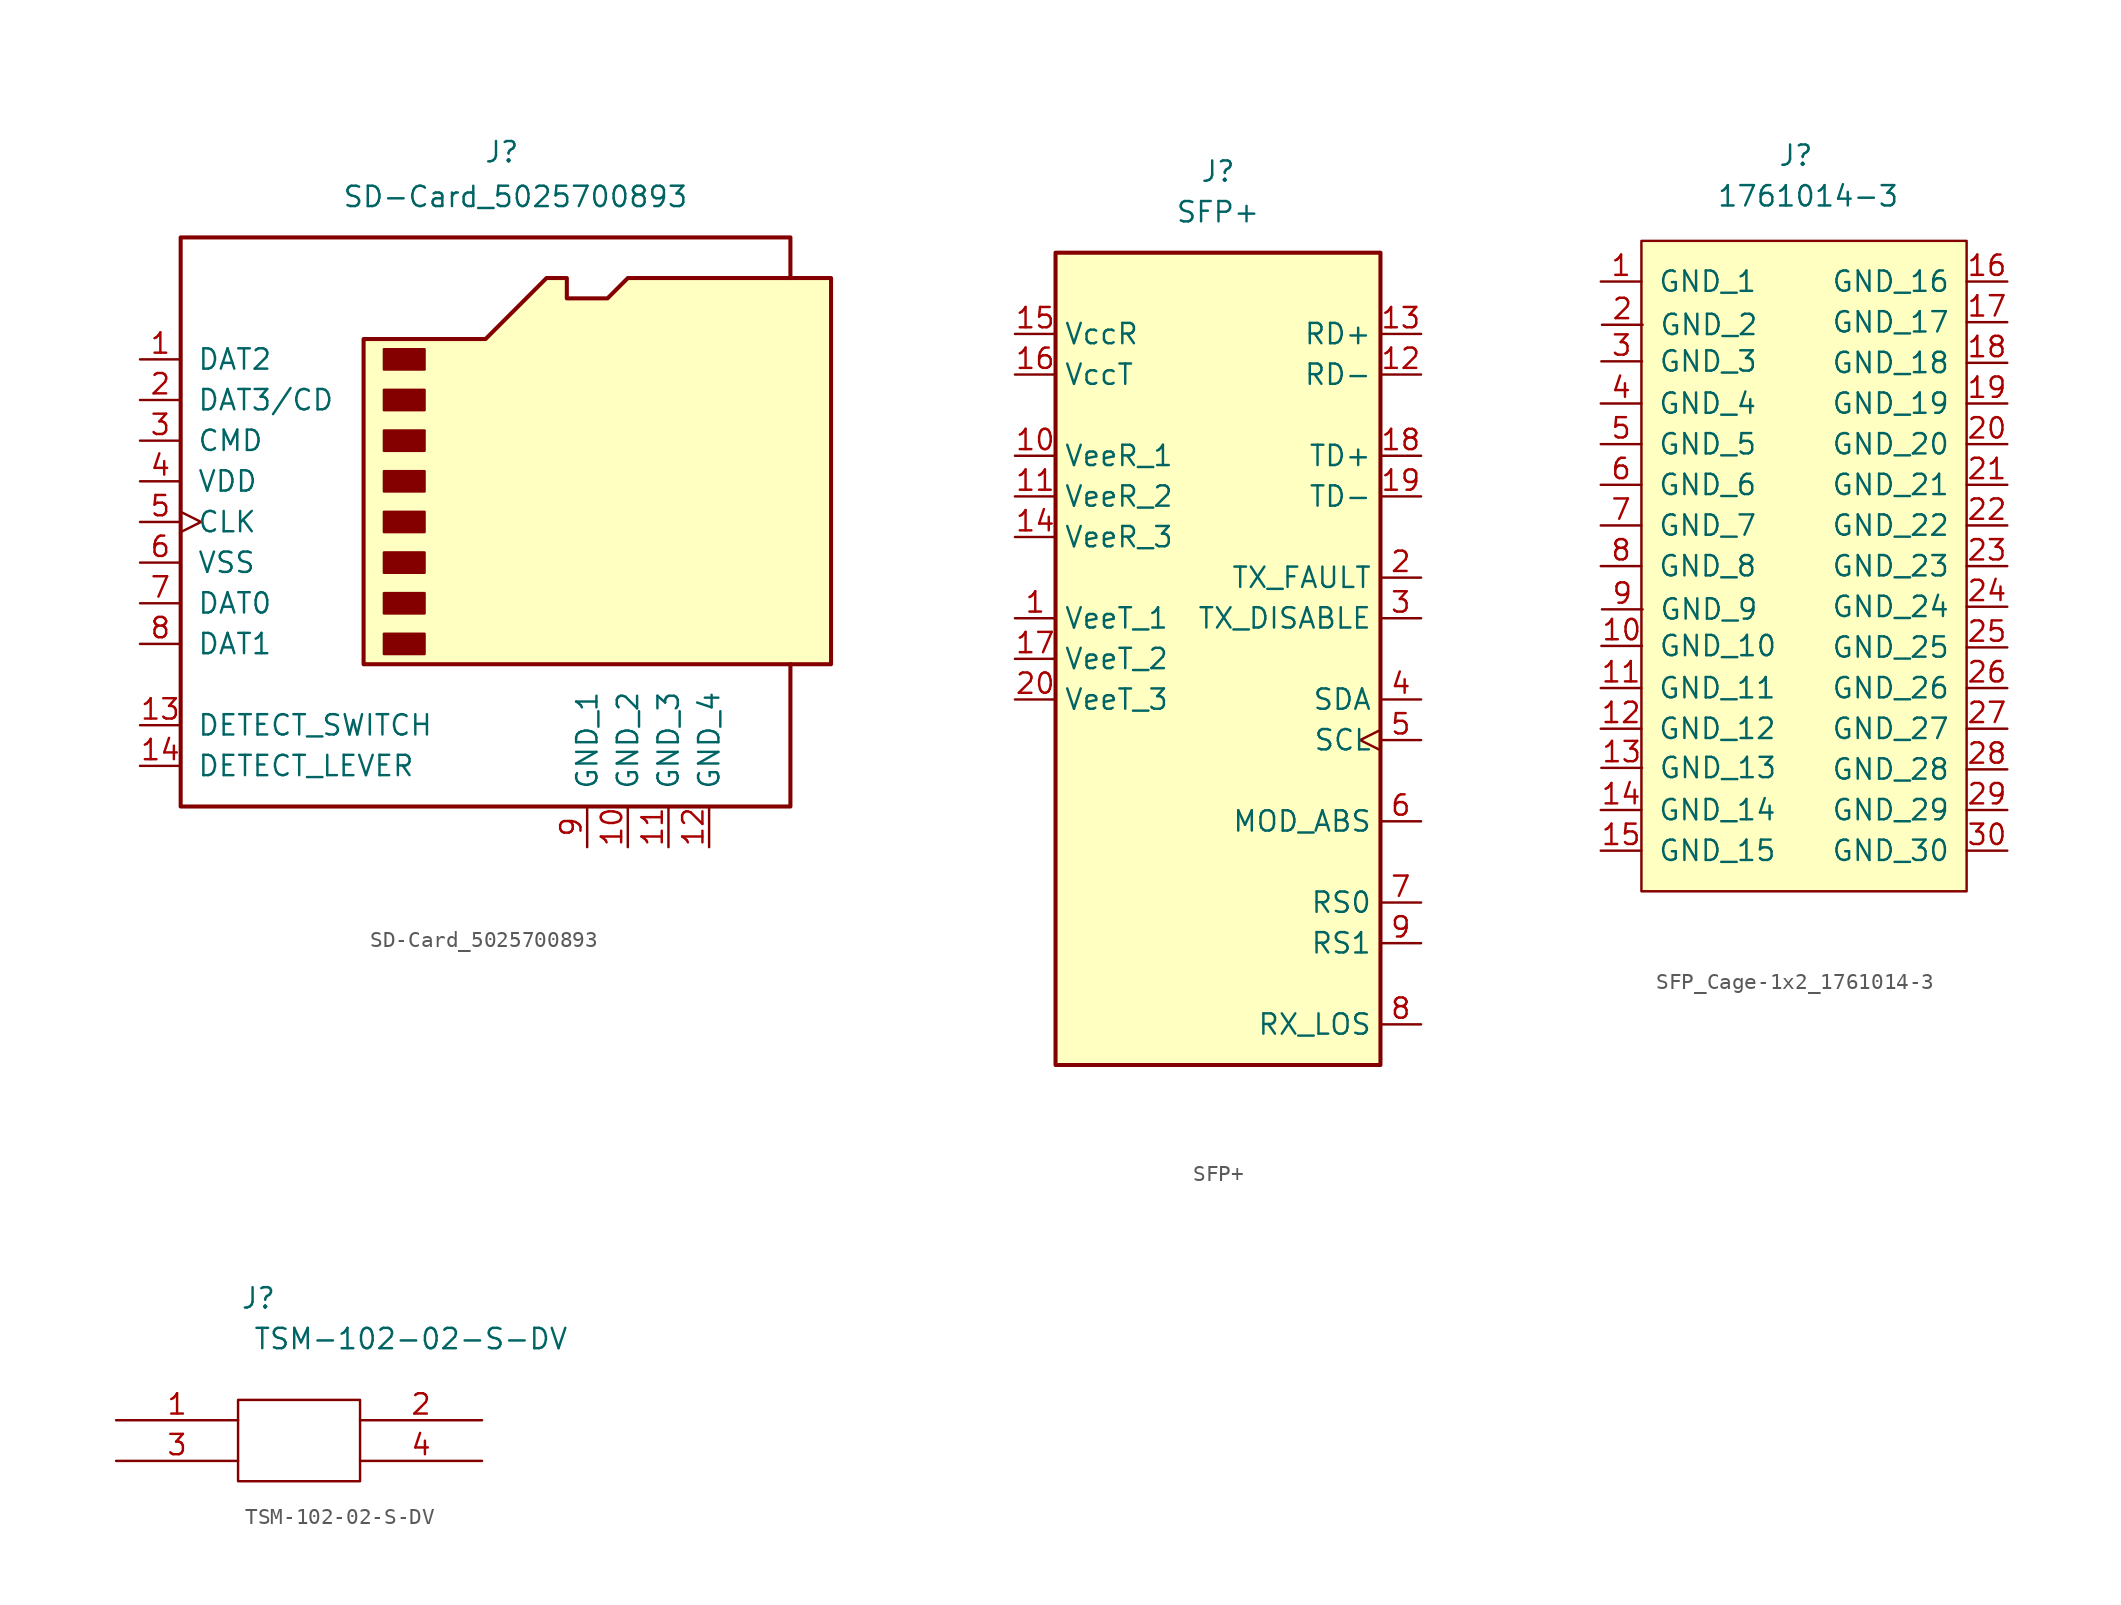
<source format=kicad_sym>
(kicad_symbol_lib
  (version 20230620)
  (generator kicad_symbol_editor)
  (symbol "SD-Card_5025700893"
    (pin_names
      (offset 1.016))
    (property "Reference" "J"
      (at -0.254 23.114 0)
      (effects (font (size 1.27 1.27))))
    (property "Value" "SD-Card_5025700893"
      (at 11.43 20.32 0)
      (effects (font (size 1.27 1.27)) (justify right)))
    (symbol "SD-Card_5025700893_0_1"
      (rectangle (start -7.62 -6.985) (end -5.08 -8.255) (stroke (width 0) (type default)) (fill (type outline)))
      (rectangle (start -7.62 -4.445) (end -5.08 -5.715) (stroke (width 0) (type default)) (fill (type outline)))
      (rectangle (start -7.62 -1.905) (end -5.08 -3.175) (stroke (width 0) (type default)) (fill (type outline)))
      (rectangle (start -7.62 0.635) (end -5.08 -0.635) (stroke (width 0) (type default)) (fill (type outline)))
      (rectangle (start -7.62 3.175) (end -5.08 1.905) (stroke (width 0) (type default)) (fill (type outline)))
      (rectangle (start -7.62 5.715) (end -5.08 4.445) (stroke (width 0) (type default)) (fill (type outline)))
      (rectangle (start -7.62 8.255) (end -5.08 6.985) (stroke (width 0) (type default)) (fill (type outline)))
      (rectangle (start -7.62 10.795) (end -5.08 9.525) (stroke (width 0) (type default)) (fill (type outline)))
      (polyline (pts (xy 17.78 15.24) (xy 17.78 17.78) (xy -20.32 17.78) (xy -20.32 -17.78) (xy 17.78 -17.78) (xy 17.78 -8.89)) (stroke (width 0.254) (type default)) (fill (type none)))
      (polyline (pts (xy -8.89 -8.89) (xy -8.89 11.43) (xy -1.27 11.43) (xy 2.54 15.24) (xy 3.81 15.24) (xy 3.81 13.97) (xy 6.35 13.97) (xy 7.62 15.24) (xy 20.32 15.24) (xy 20.32 -8.89) (xy -8.89 -8.89)) (stroke (width 0.254) (type default)) (fill (type background))))
    (symbol "SD-Card_5025700893_1_1"
      (pin bidirectional line (at -22.86 10.16 0) (length 2.54) (name "DAT2" (effects (font (size 1.27 1.27)))) (number "1" (effects (font (size 1.27 1.27)))))
      (pin power_in line (at 7.62 -20.32 90) (length 2.54) (name "GND_2" (effects (font (size 1.27 1.27)))) (number "10" (effects (font (size 1.27 1.27)))))
      (pin power_in line (at 10.16 -20.32 90) (length 2.54) (name "GND_3" (effects (font (size 1.27 1.27)))) (number "11" (effects (font (size 1.27 1.27)))))
      (pin power_in line (at 12.7 -20.32 90) (length 2.54) (name "GND_4" (effects (font (size 1.27 1.27)))) (number "12" (effects (font (size 1.27 1.27)))))
      (pin input line (at -22.86 -12.7 0) (length 2.54) (name "DETECT_SWITCH" (effects (font (size 1.27 1.27)))) (number "13" (effects (font (size 1.27 1.27)))))
      (pin power_in line (at -22.86 -15.24 0) (length 2.54) (name "DETECT_LEVER" (effects (font (size 1.27 1.27)))) (number "14" (effects (font (size 1.27 1.27)))))
      (pin bidirectional line (at -22.86 7.62 0) (length 2.54) (name "DAT3/CD" (effects (font (size 1.27 1.27)))) (number "2" (effects (font (size 1.27 1.27)))))
      (pin input line (at -22.86 5.08 0) (length 2.54) (name "CMD" (effects (font (size 1.27 1.27)))) (number "3" (effects (font (size 1.27 1.27)))))
      (pin power_in line (at -22.86 2.54 0) (length 2.54) (name "VDD" (effects (font (size 1.27 1.27)))) (number "4" (effects (font (size 1.27 1.27)))))
      (pin input clock (at -22.86 0 0) (length 2.54) (name "CLK" (effects (font (size 1.27 1.27)))) (number "5" (effects (font (size 1.27 1.27)))))
      (pin power_in line (at -22.86 -2.54 0) (length 2.54) (name "VSS" (effects (font (size 1.27 1.27)))) (number "6" (effects (font (size 1.27 1.27)))))
      (pin bidirectional line (at -22.86 -5.08 0) (length 2.54) (name "DAT0" (effects (font (size 1.27 1.27)))) (number "7" (effects (font (size 1.27 1.27)))))
      (pin bidirectional line (at -22.86 -7.62 0) (length 2.54) (name "DAT1" (effects (font (size 1.27 1.27)))) (number "8" (effects (font (size 1.27 1.27)))))
      (pin power_in line (at 5.08 -20.32 90) (length 2.54) (name "GND_1" (effects (font (size 1.27 1.27)))) (number "9" (effects (font (size 1.27 1.27)))))))
  (symbol "SFP+"
    (property "Reference" "J"
      (at 0 30.48 0)
      (effects (font (size 1.27 1.27))))
    (property "Value" "SFP+"
      (at 0 27.94 0)
      (effects (font (size 1.27 1.27))))
    (symbol "SFP+_0_0"
      (rectangle (start -10.16 25.4) (end 10.16 -25.4) (stroke (width 0.254) (type default)) (fill (type background))))
    (symbol "SFP+_1_1"
      (pin power_in line (at -12.7 2.54 0) (length 2.54) (name "VeeT_1" (effects (font (size 1.27 1.27)))) (number "1" (effects (font (size 1.27 1.27)))))
      (pin power_in line (at -12.7 12.7 0) (length 2.54) (name "VeeR_1" (effects (font (size 1.27 1.27)))) (number "10" (effects (font (size 1.27 1.27)))))
      (pin power_in line (at -12.7 10.16 0) (length 2.54) (name "VeeR_2" (effects (font (size 1.27 1.27)))) (number "11" (effects (font (size 1.27 1.27)))))
      (pin output line (at 12.7 17.78 180) (length 2.54) (name "RD-" (effects (font (size 1.27 1.27)))) (number "12" (effects (font (size 1.27 1.27)))))
      (pin output line (at 12.7 20.32 180) (length 2.54) (name "RD+" (effects (font (size 1.27 1.27)))) (number "13" (effects (font (size 1.27 1.27)))))
      (pin power_in line (at -12.7 7.62 0) (length 2.54) (name "VeeR_3" (effects (font (size 1.27 1.27)))) (number "14" (effects (font (size 1.27 1.27)))))
      (pin power_in line (at -12.7 20.32 0) (length 2.54) (name "VccR" (effects (font (size 1.27 1.27)))) (number "15" (effects (font (size 1.27 1.27)))))
      (pin power_in line (at -12.7 17.78 0) (length 2.54) (name "VccT" (effects (font (size 1.27 1.27)))) (number "16" (effects (font (size 1.27 1.27)))))
      (pin power_in line (at -12.7 0 0) (length 2.54) (name "VeeT_2" (effects (font (size 1.27 1.27)))) (number "17" (effects (font (size 1.27 1.27)))))
      (pin input line (at 12.7 12.7 180) (length 2.54) (name "TD+" (effects (font (size 1.27 1.27)))) (number "18" (effects (font (size 1.27 1.27)))))
      (pin input line (at 12.7 10.16 180) (length 2.54) (name "TD-" (effects (font (size 1.27 1.27)))) (number "19" (effects (font (size 1.27 1.27)))))
      (pin open_collector line (at 12.7 5.08 180) (length 2.54) (name "TX_FAULT" (effects (font (size 1.27 1.27)))) (number "2" (effects (font (size 1.27 1.27)))))
      (pin power_in line (at -12.7 -2.54 0) (length 2.54) (name "VeeT_3" (effects (font (size 1.27 1.27)))) (number "20" (effects (font (size 1.27 1.27)))))
      (pin input line (at 12.7 2.54 180) (length 2.54) (name "TX_DISABLE" (effects (font (size 1.27 1.27)))) (number "3" (effects (font (size 1.27 1.27)))))
      (pin bidirectional line (at 12.7 -2.54 180) (length 2.54) (name "SDA" (effects (font (size 1.27 1.27)))) (number "4" (effects (font (size 1.27 1.27)))))
      (pin input clock (at 12.7 -5.08 180) (length 2.54) (name "SCL" (effects (font (size 1.27 1.27)))) (number "5" (effects (font (size 1.27 1.27)))))
      (pin passive line (at 12.7 -10.16 180) (length 2.54) (name "MOD_ABS" (effects (font (size 1.27 1.27)))) (number "6" (effects (font (size 1.27 1.27)))))
      (pin input line (at 12.7 -15.24 180) (length 2.54) (name "RS0" (effects (font (size 1.27 1.27)))) (number "7" (effects (font (size 1.27 1.27)))))
      (pin open_collector line (at 12.7 -22.86 180) (length 2.54) (name "RX_LOS" (effects (font (size 1.27 1.27)))) (number "8" (effects (font (size 1.27 1.27)))))
      (pin input line (at 12.7 -17.78 180) (length 2.54) (name "RS1" (effects (font (size 1.27 1.27)))) (number "9" (effects (font (size 1.27 1.27)))))))
  (symbol "SFP_Cage-1x2_1761014-3"
    (pin_names
      (offset 1.016))
    (property "Reference" "J"
      (at -0.508 25.654 0)
      (effects (font (size 1.27 1.27))))
    (property "Value" "1761014-3"
      (at 0.254 23.114 0)
      (effects (font (size 1.27 1.27))))
    (property "Datasheet" ""
      (at -13.97 17.78 0)
      (effects (font (size 1.27 1.27))))
    (symbol "SFP_Cage-1x2_1761014-3_1_1"
      (rectangle (start -10.16 20.32) (end 10.16 -20.32) (stroke (width 0) (type default)) (fill (type background)))
      (pin power_in line (at -12.7 17.78 0) (length 2.54) (name "GND_1" (effects (font (size 1.27 1.27)))) (number "1" (effects (font (size 1.27 1.27)))))
      (pin power_in line (at -12.663 -4.987 0) (length 2.54) (name "GND_10" (effects (font (size 1.27 1.27)))) (number "10" (effects (font (size 1.27 1.27)))))
      (pin power_in line (at -12.7 -7.62 0) (length 2.54) (name "GND_11" (effects (font (size 1.27 1.27)))) (number "11" (effects (font (size 1.27 1.27)))))
      (pin power_in line (at -12.7 -10.16 0) (length 2.54) (name "GND_12" (effects (font (size 1.27 1.27)))) (number "12" (effects (font (size 1.27 1.27)))))
      (pin power_in line (at -12.663 -12.607 0) (length 2.54) (name "GND_13" (effects (font (size 1.27 1.27)))) (number "13" (effects (font (size 1.27 1.27)))))
      (pin power_in line (at -12.7 -15.24 0) (length 2.54) (name "GND_14" (effects (font (size 1.27 1.27)))) (number "14" (effects (font (size 1.27 1.27)))))
      (pin power_in line (at -12.7 -17.78 0) (length 2.54) (name "GND_15" (effects (font (size 1.27 1.27)))) (number "15" (effects (font (size 1.27 1.27)))))
      (pin power_in line (at 12.7 17.78 180) (length 2.54) (name "GND_16" (effects (font (size 1.27 1.27)))) (number "16" (effects (font (size 1.27 1.27)))))
      (pin power_in line (at 12.7 15.24 180) (length 2.54) (name "GND_17" (effects (font (size 1.27 1.27)))) (number "17" (effects (font (size 1.27 1.27)))))
      (pin power_in line (at 12.7 12.7 180) (length 2.54) (name "GND_18" (effects (font (size 1.27 1.27)))) (number "18" (effects (font (size 1.27 1.27)))))
      (pin power_in line (at 12.7 10.16 180) (length 2.54) (name "GND_19" (effects (font (size 1.27 1.27)))) (number "19" (effects (font (size 1.27 1.27)))))
      (pin power_in line (at -12.624 15.078 0) (length 2.54) (name "GND_2" (effects (font (size 1.27 1.27)))) (number "2" (effects (font (size 1.27 1.27)))))
      (pin power_in line (at 12.7 7.62 180) (length 2.54) (name "GND_20" (effects (font (size 1.27 1.27)))) (number "20" (effects (font (size 1.27 1.27)))))
      (pin power_in line (at 12.7 5.08 180) (length 2.54) (name "GND_21" (effects (font (size 1.27 1.27)))) (number "21" (effects (font (size 1.27 1.27)))))
      (pin power_in line (at 12.7 2.54 180) (length 2.54) (name "GND_22" (effects (font (size 1.27 1.27)))) (number "22" (effects (font (size 1.27 1.27)))))
      (pin power_in line (at 12.7 0 180) (length 2.54) (name "GND_23" (effects (font (size 1.27 1.27)))) (number "23" (effects (font (size 1.27 1.27)))))
      (pin power_in line (at 12.7 -2.54 180) (length 2.54) (name "GND_24" (effects (font (size 1.27 1.27)))) (number "24" (effects (font (size 1.27 1.27)))))
      (pin power_in line (at 12.7 -5.08 180) (length 2.54) (name "GND_25" (effects (font (size 1.27 1.27)))) (number "25" (effects (font (size 1.27 1.27)))))
      (pin power_in line (at 12.7 -7.62 180) (length 2.54) (name "GND_26" (effects (font (size 1.27 1.27)))) (number "26" (effects (font (size 1.27 1.27)))))
      (pin power_in line (at 12.7 -10.16 180) (length 2.54) (name "GND_27" (effects (font (size 1.27 1.27)))) (number "27" (effects (font (size 1.27 1.27)))))
      (pin power_in line (at 12.7 -12.7 180) (length 2.54) (name "GND_28" (effects (font (size 1.27 1.27)))) (number "28" (effects (font (size 1.27 1.27)))))
      (pin power_in line (at 12.7 -15.24 180) (length 2.54) (name "GND_29" (effects (font (size 1.27 1.27)))) (number "29" (effects (font (size 1.27 1.27)))))
      (pin power_in line (at -12.663 12.793 0) (length 2.54) (name "GND_3" (effects (font (size 1.27 1.27)))) (number "3" (effects (font (size 1.27 1.27)))))
      (pin power_in line (at 12.7 -17.78 180) (length 2.54) (name "GND_30" (effects (font (size 1.27 1.27)))) (number "30" (effects (font (size 1.27 1.27)))))
      (pin power_in line (at -12.7 10.16 0) (length 2.54) (name "GND_4" (effects (font (size 1.27 1.27)))) (number "4" (effects (font (size 1.27 1.27)))))
      (pin power_in line (at -12.7 7.62 0) (length 2.54) (name "GND_5" (effects (font (size 1.27 1.27)))) (number "5" (effects (font (size 1.27 1.27)))))
      (pin power_in line (at -12.7 5.08 0) (length 2.54) (name "GND_6" (effects (font (size 1.27 1.27)))) (number "6" (effects (font (size 1.27 1.27)))))
      (pin power_in line (at -12.7 2.54 0) (length 2.54) (name "GND_7" (effects (font (size 1.27 1.27)))) (number "7" (effects (font (size 1.27 1.27)))))
      (pin power_in line (at -12.7 0 0) (length 2.54) (name "GND_8" (effects (font (size 1.27 1.27)))) (number "8" (effects (font (size 1.27 1.27)))))
      (pin power_in line (at -12.624 -2.702 0) (length 2.54) (name "GND_9" (effects (font (size 1.27 1.27)))) (number "9" (effects (font (size 1.27 1.27)))))))
  (symbol "TSM-102-02-S-DV"
    (pin_names
      (offset 1.016) hide)
    (property "Reference" "J"
      (at 8.89 7.62 0)
      (effects (font (size 1.27 1.27))))
    (property "Value" "TSM-102-02-S-DV"
      (at 18.415 5.08 0)
      (effects (font (size 1.27 1.27))))
    (property "Datasheet" ""
      (at 0 0 0)
      (effects (font (size 1.27 1.27))))
    (symbol "TSM-102-02-S-DV_0_1"
      (rectangle (start 7.62 1.27) (end 15.24 -3.81) (stroke (width 0) (type default)) (fill (type none))))
    (symbol "TSM-102-02-S-DV_1_1"
      (pin passive line (at 0 0 0) (length 7.62) (name "1" (effects (font (size 1.27 1.27)))) (number "1" (effects (font (size 1.27 1.27)))))
      (pin passive line (at 22.86 0 180) (length 7.62) (name "2" (effects (font (size 1.27 1.27)))) (number "2" (effects (font (size 1.27 1.27)))))
      (pin passive line (at 0 -2.54 0) (length 7.62) (name "3" (effects (font (size 1.27 1.27)))) (number "3" (effects (font (size 1.27 1.27)))))
      (pin passive line (at 22.86 -2.54 180) (length 7.62) (name "4" (effects (font (size 1.27 1.27)))) (number "4" (effects (font (size 1.27 1.27))))))))
</source>
